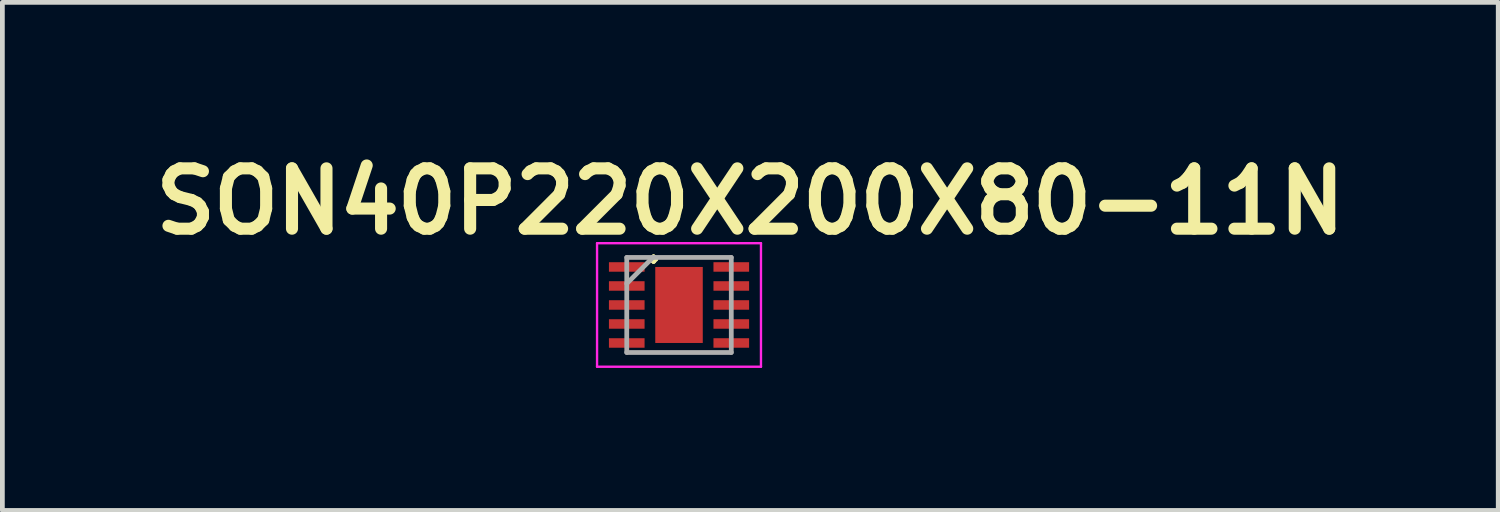
<source format=kicad_pcb>
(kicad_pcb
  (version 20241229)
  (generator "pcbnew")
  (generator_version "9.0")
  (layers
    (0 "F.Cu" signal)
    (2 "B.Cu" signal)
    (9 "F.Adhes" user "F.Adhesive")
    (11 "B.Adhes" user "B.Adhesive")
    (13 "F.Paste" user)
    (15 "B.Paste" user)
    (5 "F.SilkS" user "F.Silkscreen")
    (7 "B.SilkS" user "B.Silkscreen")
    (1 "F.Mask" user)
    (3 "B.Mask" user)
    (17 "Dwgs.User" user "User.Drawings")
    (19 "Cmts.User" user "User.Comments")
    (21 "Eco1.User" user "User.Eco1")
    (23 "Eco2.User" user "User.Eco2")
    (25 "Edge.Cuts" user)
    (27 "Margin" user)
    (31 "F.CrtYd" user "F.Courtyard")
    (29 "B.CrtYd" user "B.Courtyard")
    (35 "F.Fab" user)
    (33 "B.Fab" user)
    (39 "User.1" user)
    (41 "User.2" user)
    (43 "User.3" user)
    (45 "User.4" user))
  (footprint "SON40P220X200X80-11N"
    (layer "F.Cu")
    (at 11.242 3.369)
    (property "Reference" "SON40P220X200X80-11N" (at 1.5 -2.18 0) (layer "F.SilkS") (effects (font (size 1.27 1.27) (thickness 0.254))))
    (attr smd)
    (fp_line (start -1.725 -1.3) (end 1.725 -1.3) (stroke (width 0.05) (type solid)) (layer "F.CrtYd"))
    (fp_line (start -1.725 1.3) (end -1.725 -1.3) (stroke (width 0.05) (type solid)) (layer "F.CrtYd"))
    (fp_line (start 1.725 -1.3) (end 1.725 1.3) (stroke (width 0.05) (type solid)) (layer "F.CrtYd"))
    (fp_line (start 1.725 1.3) (end -1.725 1.3) (stroke (width 0.05) (type solid)) (layer "F.CrtYd"))
    (fp_line (start -1.1 -1) (end 1.1 -1) (stroke (width 0.1) (type solid)) (layer "F.Fab"))
    (fp_line (start -1.1 -0.45) (end -0.55 -1) (stroke (width 0.1) (type solid)) (layer "F.Fab"))
    (fp_line (start -1.1 1) (end -1.1 -1) (stroke (width 0.1) (type solid)) (layer "F.Fab"))
    (fp_line (start 1.1 -1) (end 1.1 1) (stroke (width 0.1) (type solid)) (layer "F.Fab"))
    (fp_line (start 1.1 1) (end -1.1 1) (stroke (width 0.1) (type solid)) (layer "F.Fab"))
    (fp_text user "." (at -0.84 -0.79 0) (unlocked yes) (layer "F.SilkS") (effects (font (size 1 1) (thickness 0.1)) (justify left bottom)))
    (pad "1" smd rect (at -1.1 -0.8 90) (size 0.2 0.75) (layers "F.Cu" "F.Mask" "F.Paste"))
    (pad "2" smd rect (at -1.1 -0.4 90) (size 0.2 0.75) (layers "F.Cu" "F.Mask" "F.Paste"))
    (pad "3" smd rect (at -1.1 0 90) (size 0.2 0.75) (layers "F.Cu" "F.Mask" "F.Paste"))
    (pad "4" smd rect (at -1.1 0.4 90) (size 0.2 0.75) (layers "F.Cu" "F.Mask" "F.Paste"))
    (pad "5" smd rect (at -1.1 0.8 90) (size 0.2 0.75) (layers "F.Cu" "F.Mask" "F.Paste"))
    (pad "6" smd rect (at 1.1 0.8 90) (size 0.2 0.75) (layers "F.Cu" "F.Mask" "F.Paste"))
    (pad "7" smd rect (at 1.1 0.4 90) (size 0.2 0.75) (layers "F.Cu" "F.Mask" "F.Paste"))
    (pad "8" smd rect (at 1.1 0 90) (size 0.2 0.75) (layers "F.Cu" "F.Mask" "F.Paste"))
    (pad "9" smd rect (at 1.1 -0.4 90) (size 0.2 0.75) (layers "F.Cu" "F.Mask" "F.Paste"))
    (pad "10" smd rect (at 1.1 -0.8 90) (size 0.2 0.75) (layers "F.Cu" "F.Mask" "F.Paste"))
    (pad "11" smd rect (at 0 0) (size 1 1.6) (layers "F.Cu" "F.Mask" "F.Paste")))
  (gr_rect
    (start -3 -3)
    (end 28.485 7.694)
    (stroke (width 0.1) (type default))
    (fill no)
    (layer "Edge.Cuts")))
</source>
